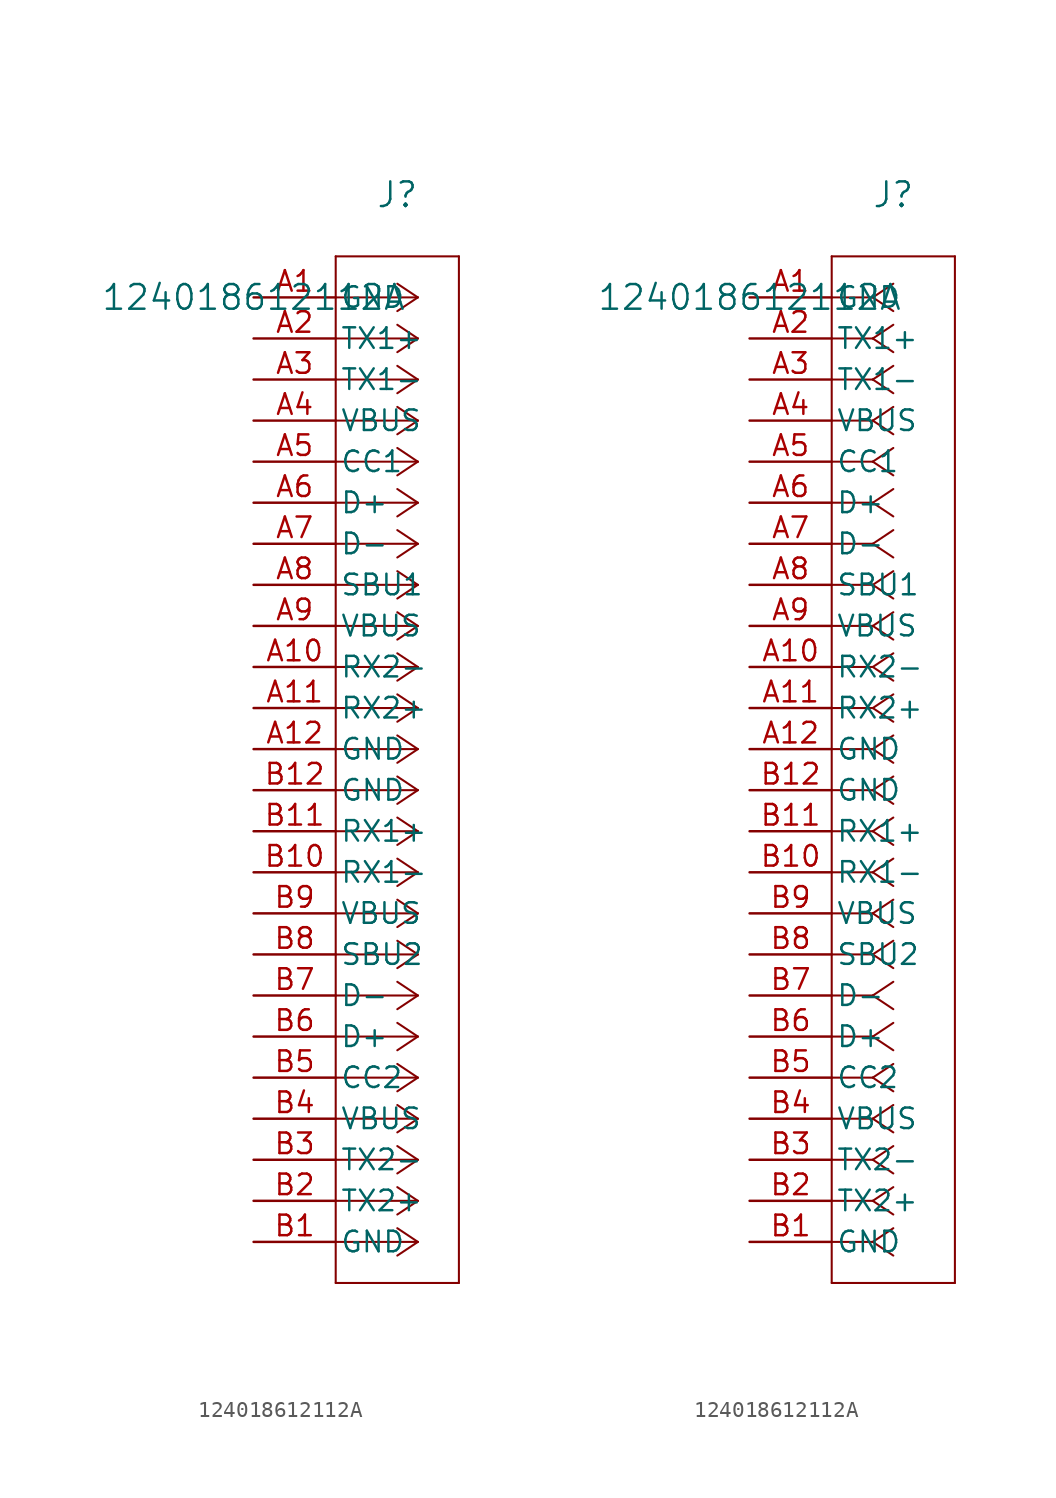
<source format=kicad_sym>
(kicad_symbol_lib
  (version 20211014)
  (generator kicad_symbol_editor)
  (symbol "124018612112A"
    (pin_names
      (offset 0.254))
    (property "Reference" "J"
      (at 8.89 6.35 0)
      (effects (font (size 1.524 1.524))))
    (property "Value" "124018612112A"
      (at 0 0 0)
      (effects (font (size 1.524 1.524))))
    (symbol "124018612112A_1_1"
      (polyline (pts (xy 10.16 0) (xy 5.08 0)) (stroke (width 0.127) (type default) (color 0 0 0 0)) (fill (type none)))
      (polyline (pts (xy 10.16 -2.54) (xy 5.08 -2.54)) (stroke (width 0.127) (type default) (color 0 0 0 0)) (fill (type none)))
      (polyline (pts (xy 10.16 -5.08) (xy 5.08 -5.08)) (stroke (width 0.127) (type default) (color 0 0 0 0)) (fill (type none)))
      (polyline (pts (xy 10.16 -7.62) (xy 5.08 -7.62)) (stroke (width 0.127) (type default) (color 0 0 0 0)) (fill (type none)))
      (polyline (pts (xy 10.16 -10.16) (xy 5.08 -10.16)) (stroke (width 0.127) (type default) (color 0 0 0 0)) (fill (type none)))
      (polyline (pts (xy 10.16 -12.7) (xy 5.08 -12.7)) (stroke (width 0.127) (type default) (color 0 0 0 0)) (fill (type none)))
      (polyline (pts (xy 10.16 -15.24) (xy 5.08 -15.24)) (stroke (width 0.127) (type default) (color 0 0 0 0)) (fill (type none)))
      (polyline (pts (xy 10.16 -17.78) (xy 5.08 -17.78)) (stroke (width 0.127) (type default) (color 0 0 0 0)) (fill (type none)))
      (polyline (pts (xy 10.16 -20.32) (xy 5.08 -20.32)) (stroke (width 0.127) (type default) (color 0 0 0 0)) (fill (type none)))
      (polyline (pts (xy 10.16 -22.86) (xy 5.08 -22.86)) (stroke (width 0.127) (type default) (color 0 0 0 0)) (fill (type none)))
      (polyline (pts (xy 10.16 -25.4) (xy 5.08 -25.4)) (stroke (width 0.127) (type default) (color 0 0 0 0)) (fill (type none)))
      (polyline (pts (xy 10.16 -27.94) (xy 5.08 -27.94)) (stroke (width 0.127) (type default) (color 0 0 0 0)) (fill (type none)))
      (polyline (pts (xy 10.16 -30.48) (xy 5.08 -30.48)) (stroke (width 0.127) (type default) (color 0 0 0 0)) (fill (type none)))
      (polyline (pts (xy 10.16 -33.02) (xy 5.08 -33.02)) (stroke (width 0.127) (type default) (color 0 0 0 0)) (fill (type none)))
      (polyline (pts (xy 10.16 -35.56) (xy 5.08 -35.56)) (stroke (width 0.127) (type default) (color 0 0 0 0)) (fill (type none)))
      (polyline (pts (xy 10.16 -38.1) (xy 5.08 -38.1)) (stroke (width 0.127) (type default) (color 0 0 0 0)) (fill (type none)))
      (polyline (pts (xy 10.16 -40.64) (xy 5.08 -40.64)) (stroke (width 0.127) (type default) (color 0 0 0 0)) (fill (type none)))
      (polyline (pts (xy 10.16 -43.18) (xy 5.08 -43.18)) (stroke (width 0.127) (type default) (color 0 0 0 0)) (fill (type none)))
      (polyline (pts (xy 10.16 -45.72) (xy 5.08 -45.72)) (stroke (width 0.127) (type default) (color 0 0 0 0)) (fill (type none)))
      (polyline (pts (xy 10.16 -48.26) (xy 5.08 -48.26)) (stroke (width 0.127) (type default) (color 0 0 0 0)) (fill (type none)))
      (polyline (pts (xy 10.16 -50.8) (xy 5.08 -50.8)) (stroke (width 0.127) (type default) (color 0 0 0 0)) (fill (type none)))
      (polyline (pts (xy 10.16 -53.34) (xy 5.08 -53.34)) (stroke (width 0.127) (type default) (color 0 0 0 0)) (fill (type none)))
      (polyline (pts (xy 10.16 -55.88) (xy 5.08 -55.88)) (stroke (width 0.127) (type default) (color 0 0 0 0)) (fill (type none)))
      (polyline (pts (xy 10.16 -58.42) (xy 5.08 -58.42)) (stroke (width 0.127) (type default) (color 0 0 0 0)) (fill (type none)))
      (polyline (pts (xy 10.16 0) (xy 8.89 0.847)) (stroke (width 0.127) (type default) (color 0 0 0 0)) (fill (type none)))
      (polyline (pts (xy 10.16 -2.54) (xy 8.89 -1.693)) (stroke (width 0.127) (type default) (color 0 0 0 0)) (fill (type none)))
      (polyline (pts (xy 10.16 -5.08) (xy 8.89 -4.233)) (stroke (width 0.127) (type default) (color 0 0 0 0)) (fill (type none)))
      (polyline (pts (xy 10.16 -7.62) (xy 8.89 -6.773)) (stroke (width 0.127) (type default) (color 0 0 0 0)) (fill (type none)))
      (polyline (pts (xy 10.16 -10.16) (xy 8.89 -9.313)) (stroke (width 0.127) (type default) (color 0 0 0 0)) (fill (type none)))
      (polyline (pts (xy 10.16 -12.7) (xy 8.89 -11.853)) (stroke (width 0.127) (type default) (color 0 0 0 0)) (fill (type none)))
      (polyline (pts (xy 10.16 -15.24) (xy 8.89 -14.393)) (stroke (width 0.127) (type default) (color 0 0 0 0)) (fill (type none)))
      (polyline (pts (xy 10.16 -17.78) (xy 8.89 -16.933)) (stroke (width 0.127) (type default) (color 0 0 0 0)) (fill (type none)))
      (polyline (pts (xy 10.16 -20.32) (xy 8.89 -19.473)) (stroke (width 0.127) (type default) (color 0 0 0 0)) (fill (type none)))
      (polyline (pts (xy 10.16 -22.86) (xy 8.89 -22.013)) (stroke (width 0.127) (type default) (color 0 0 0 0)) (fill (type none)))
      (polyline (pts (xy 10.16 -25.4) (xy 8.89 -24.553)) (stroke (width 0.127) (type default) (color 0 0 0 0)) (fill (type none)))
      (polyline (pts (xy 10.16 -27.94) (xy 8.89 -27.093)) (stroke (width 0.127) (type default) (color 0 0 0 0)) (fill (type none)))
      (polyline (pts (xy 10.16 -30.48) (xy 8.89 -29.633)) (stroke (width 0.127) (type default) (color 0 0 0 0)) (fill (type none)))
      (polyline (pts (xy 10.16 -33.02) (xy 8.89 -32.173)) (stroke (width 0.127) (type default) (color 0 0 0 0)) (fill (type none)))
      (polyline (pts (xy 10.16 -35.56) (xy 8.89 -34.713)) (stroke (width 0.127) (type default) (color 0 0 0 0)) (fill (type none)))
      (polyline (pts (xy 10.16 -38.1) (xy 8.89 -37.253)) (stroke (width 0.127) (type default) (color 0 0 0 0)) (fill (type none)))
      (polyline (pts (xy 10.16 -40.64) (xy 8.89 -39.793)) (stroke (width 0.127) (type default) (color 0 0 0 0)) (fill (type none)))
      (polyline (pts (xy 10.16 -43.18) (xy 8.89 -42.333)) (stroke (width 0.127) (type default) (color 0 0 0 0)) (fill (type none)))
      (polyline (pts (xy 10.16 -45.72) (xy 8.89 -44.873)) (stroke (width 0.127) (type default) (color 0 0 0 0)) (fill (type none)))
      (polyline (pts (xy 10.16 -48.26) (xy 8.89 -47.413)) (stroke (width 0.127) (type default) (color 0 0 0 0)) (fill (type none)))
      (polyline (pts (xy 10.16 -50.8) (xy 8.89 -49.953)) (stroke (width 0.127) (type default) (color 0 0 0 0)) (fill (type none)))
      (polyline (pts (xy 10.16 -53.34) (xy 8.89 -52.493)) (stroke (width 0.127) (type default) (color 0 0 0 0)) (fill (type none)))
      (polyline (pts (xy 10.16 -55.88) (xy 8.89 -55.033)) (stroke (width 0.127) (type default) (color 0 0 0 0)) (fill (type none)))
      (polyline (pts (xy 10.16 -58.42) (xy 8.89 -57.573)) (stroke (width 0.127) (type default) (color 0 0 0 0)) (fill (type none)))
      (polyline (pts (xy 10.16 0) (xy 8.89 -0.847)) (stroke (width 0.127) (type default) (color 0 0 0 0)) (fill (type none)))
      (polyline (pts (xy 10.16 -2.54) (xy 8.89 -3.387)) (stroke (width 0.127) (type default) (color 0 0 0 0)) (fill (type none)))
      (polyline (pts (xy 10.16 -5.08) (xy 8.89 -5.927)) (stroke (width 0.127) (type default) (color 0 0 0 0)) (fill (type none)))
      (polyline (pts (xy 10.16 -7.62) (xy 8.89 -8.467)) (stroke (width 0.127) (type default) (color 0 0 0 0)) (fill (type none)))
      (polyline (pts (xy 10.16 -10.16) (xy 8.89 -11.007)) (stroke (width 0.127) (type default) (color 0 0 0 0)) (fill (type none)))
      (polyline (pts (xy 10.16 -12.7) (xy 8.89 -13.547)) (stroke (width 0.127) (type default) (color 0 0 0 0)) (fill (type none)))
      (polyline (pts (xy 10.16 -15.24) (xy 8.89 -16.087)) (stroke (width 0.127) (type default) (color 0 0 0 0)) (fill (type none)))
      (polyline (pts (xy 10.16 -17.78) (xy 8.89 -18.627)) (stroke (width 0.127) (type default) (color 0 0 0 0)) (fill (type none)))
      (polyline (pts (xy 10.16 -20.32) (xy 8.89 -21.167)) (stroke (width 0.127) (type default) (color 0 0 0 0)) (fill (type none)))
      (polyline (pts (xy 10.16 -22.86) (xy 8.89 -23.707)) (stroke (width 0.127) (type default) (color 0 0 0 0)) (fill (type none)))
      (polyline (pts (xy 10.16 -25.4) (xy 8.89 -26.247)) (stroke (width 0.127) (type default) (color 0 0 0 0)) (fill (type none)))
      (polyline (pts (xy 10.16 -27.94) (xy 8.89 -28.787)) (stroke (width 0.127) (type default) (color 0 0 0 0)) (fill (type none)))
      (polyline (pts (xy 10.16 -30.48) (xy 8.89 -31.327)) (stroke (width 0.127) (type default) (color 0 0 0 0)) (fill (type none)))
      (polyline (pts (xy 10.16 -33.02) (xy 8.89 -33.867)) (stroke (width 0.127) (type default) (color 0 0 0 0)) (fill (type none)))
      (polyline (pts (xy 10.16 -35.56) (xy 8.89 -36.407)) (stroke (width 0.127) (type default) (color 0 0 0 0)) (fill (type none)))
      (polyline (pts (xy 10.16 -38.1) (xy 8.89 -38.947)) (stroke (width 0.127) (type default) (color 0 0 0 0)) (fill (type none)))
      (polyline (pts (xy 10.16 -40.64) (xy 8.89 -41.487)) (stroke (width 0.127) (type default) (color 0 0 0 0)) (fill (type none)))
      (polyline (pts (xy 10.16 -43.18) (xy 8.89 -44.027)) (stroke (width 0.127) (type default) (color 0 0 0 0)) (fill (type none)))
      (polyline (pts (xy 10.16 -45.72) (xy 8.89 -46.567)) (stroke (width 0.127) (type default) (color 0 0 0 0)) (fill (type none)))
      (polyline (pts (xy 10.16 -48.26) (xy 8.89 -49.107)) (stroke (width 0.127) (type default) (color 0 0 0 0)) (fill (type none)))
      (polyline (pts (xy 10.16 -50.8) (xy 8.89 -51.647)) (stroke (width 0.127) (type default) (color 0 0 0 0)) (fill (type none)))
      (polyline (pts (xy 10.16 -53.34) (xy 8.89 -54.187)) (stroke (width 0.127) (type default) (color 0 0 0 0)) (fill (type none)))
      (polyline (pts (xy 10.16 -55.88) (xy 8.89 -56.727)) (stroke (width 0.127) (type default) (color 0 0 0 0)) (fill (type none)))
      (polyline (pts (xy 10.16 -58.42) (xy 8.89 -59.267)) (stroke (width 0.127) (type default) (color 0 0 0 0)) (fill (type none)))
      (polyline (pts (xy 5.08 2.54) (xy 5.08 -60.96)) (stroke (width 0.127) (type default) (color 0 0 0 0)) (fill (type none)))
      (polyline (pts (xy 5.08 -60.96) (xy 12.7 -60.96)) (stroke (width 0.127) (type default) (color 0 0 0 0)) (fill (type none)))
      (polyline (pts (xy 12.7 -60.96) (xy 12.7 2.54)) (stroke (width 0.127) (type default) (color 0 0 0 0)) (fill (type none)))
      (polyline (pts (xy 12.7 2.54) (xy 5.08 2.54)) (stroke (width 0.127) (type default) (color 0 0 0 0)) (fill (type none)))
      (pin unspecified line (at 0 0 0) (length 5.08) (name "GND" (effects (font (size 1.27 1.27)))) (number "A1" (effects (font (size 1.27 1.27)))))
      (pin unspecified line (at 0 -2.54 0) (length 5.08) (name "TX1+" (effects (font (size 1.27 1.27)))) (number "A2" (effects (font (size 1.27 1.27)))))
      (pin unspecified line (at 0 -5.08 0) (length 5.08) (name "TX1-" (effects (font (size 1.27 1.27)))) (number "A3" (effects (font (size 1.27 1.27)))))
      (pin unspecified line (at 0 -7.62 0) (length 5.08) (name "VBUS" (effects (font (size 1.27 1.27)))) (number "A4" (effects (font (size 1.27 1.27)))))
      (pin unspecified line (at 0 -10.16 0) (length 5.08) (name "CC1" (effects (font (size 1.27 1.27)))) (number "A5" (effects (font (size 1.27 1.27)))))
      (pin unspecified line (at 0 -12.7 0) (length 5.08) (name "D+" (effects (font (size 1.27 1.27)))) (number "A6" (effects (font (size 1.27 1.27)))))
      (pin unspecified line (at 0 -15.24 0) (length 5.08) (name "D-" (effects (font (size 1.27 1.27)))) (number "A7" (effects (font (size 1.27 1.27)))))
      (pin unspecified line (at 0 -17.78 0) (length 5.08) (name "SBU1" (effects (font (size 1.27 1.27)))) (number "A8" (effects (font (size 1.27 1.27)))))
      (pin unspecified line (at 0 -20.32 0) (length 5.08) (name "VBUS" (effects (font (size 1.27 1.27)))) (number "A9" (effects (font (size 1.27 1.27)))))
      (pin unspecified line (at 0 -22.86 0) (length 5.08) (name "RX2-" (effects (font (size 1.27 1.27)))) (number "A10" (effects (font (size 1.27 1.27)))))
      (pin unspecified line (at 0 -25.4 0) (length 5.08) (name "RX2+" (effects (font (size 1.27 1.27)))) (number "A11" (effects (font (size 1.27 1.27)))))
      (pin unspecified line (at 0 -27.94 0) (length 5.08) (name "GND" (effects (font (size 1.27 1.27)))) (number "A12" (effects (font (size 1.27 1.27)))))
      (pin unspecified line (at 0 -30.48 0) (length 5.08) (name "GND" (effects (font (size 1.27 1.27)))) (number "B12" (effects (font (size 1.27 1.27)))))
      (pin unspecified line (at 0 -33.02 0) (length 5.08) (name "RX1+" (effects (font (size 1.27 1.27)))) (number "B11" (effects (font (size 1.27 1.27)))))
      (pin unspecified line (at 0 -35.56 0) (length 5.08) (name "RX1-" (effects (font (size 1.27 1.27)))) (number "B10" (effects (font (size 1.27 1.27)))))
      (pin unspecified line (at 0 -38.1 0) (length 5.08) (name "VBUS" (effects (font (size 1.27 1.27)))) (number "B9" (effects (font (size 1.27 1.27)))))
      (pin unspecified line (at 0 -40.64 0) (length 5.08) (name "SBU2" (effects (font (size 1.27 1.27)))) (number "B8" (effects (font (size 1.27 1.27)))))
      (pin unspecified line (at 0 -43.18 0) (length 5.08) (name "D-" (effects (font (size 1.27 1.27)))) (number "B7" (effects (font (size 1.27 1.27)))))
      (pin unspecified line (at 0 -45.72 0) (length 5.08) (name "D+" (effects (font (size 1.27 1.27)))) (number "B6" (effects (font (size 1.27 1.27)))))
      (pin unspecified line (at 0 -48.26 0) (length 5.08) (name "CC2" (effects (font (size 1.27 1.27)))) (number "B5" (effects (font (size 1.27 1.27)))))
      (pin unspecified line (at 0 -50.8 0) (length 5.08) (name "VBUS" (effects (font (size 1.27 1.27)))) (number "B4" (effects (font (size 1.27 1.27)))))
      (pin unspecified line (at 0 -53.34 0) (length 5.08) (name "TX2-" (effects (font (size 1.27 1.27)))) (number "B3" (effects (font (size 1.27 1.27)))))
      (pin unspecified line (at 0 -55.88 0) (length 5.08) (name "TX2+" (effects (font (size 1.27 1.27)))) (number "B2" (effects (font (size 1.27 1.27)))))
      (pin unspecified line (at 0 -58.42 0) (length 5.08) (name "GND" (effects (font (size 1.27 1.27)))) (number "B1" (effects (font (size 1.27 1.27))))))
    (symbol "124018612112A_1_2"
      (polyline (pts (xy 7.62 0) (xy 5.08 0)) (stroke (width 0.127) (type default) (color 0 0 0 0)) (fill (type none)))
      (polyline (pts (xy 7.62 -2.54) (xy 5.08 -2.54)) (stroke (width 0.127) (type default) (color 0 0 0 0)) (fill (type none)))
      (polyline (pts (xy 7.62 -5.08) (xy 5.08 -5.08)) (stroke (width 0.127) (type default) (color 0 0 0 0)) (fill (type none)))
      (polyline (pts (xy 7.62 -7.62) (xy 5.08 -7.62)) (stroke (width 0.127) (type default) (color 0 0 0 0)) (fill (type none)))
      (polyline (pts (xy 7.62 -10.16) (xy 5.08 -10.16)) (stroke (width 0.127) (type default) (color 0 0 0 0)) (fill (type none)))
      (polyline (pts (xy 7.62 -12.7) (xy 5.08 -12.7)) (stroke (width 0.127) (type default) (color 0 0 0 0)) (fill (type none)))
      (polyline (pts (xy 7.62 -15.24) (xy 5.08 -15.24)) (stroke (width 0.127) (type default) (color 0 0 0 0)) (fill (type none)))
      (polyline (pts (xy 7.62 -17.78) (xy 5.08 -17.78)) (stroke (width 0.127) (type default) (color 0 0 0 0)) (fill (type none)))
      (polyline (pts (xy 7.62 -20.32) (xy 5.08 -20.32)) (stroke (width 0.127) (type default) (color 0 0 0 0)) (fill (type none)))
      (polyline (pts (xy 7.62 -22.86) (xy 5.08 -22.86)) (stroke (width 0.127) (type default) (color 0 0 0 0)) (fill (type none)))
      (polyline (pts (xy 7.62 -25.4) (xy 5.08 -25.4)) (stroke (width 0.127) (type default) (color 0 0 0 0)) (fill (type none)))
      (polyline (pts (xy 7.62 -27.94) (xy 5.08 -27.94)) (stroke (width 0.127) (type default) (color 0 0 0 0)) (fill (type none)))
      (polyline (pts (xy 7.62 -30.48) (xy 5.08 -30.48)) (stroke (width 0.127) (type default) (color 0 0 0 0)) (fill (type none)))
      (polyline (pts (xy 7.62 -33.02) (xy 5.08 -33.02)) (stroke (width 0.127) (type default) (color 0 0 0 0)) (fill (type none)))
      (polyline (pts (xy 7.62 -35.56) (xy 5.08 -35.56)) (stroke (width 0.127) (type default) (color 0 0 0 0)) (fill (type none)))
      (polyline (pts (xy 7.62 -38.1) (xy 5.08 -38.1)) (stroke (width 0.127) (type default) (color 0 0 0 0)) (fill (type none)))
      (polyline (pts (xy 7.62 -40.64) (xy 5.08 -40.64)) (stroke (width 0.127) (type default) (color 0 0 0 0)) (fill (type none)))
      (polyline (pts (xy 7.62 -43.18) (xy 5.08 -43.18)) (stroke (width 0.127) (type default) (color 0 0 0 0)) (fill (type none)))
      (polyline (pts (xy 7.62 -45.72) (xy 5.08 -45.72)) (stroke (width 0.127) (type default) (color 0 0 0 0)) (fill (type none)))
      (polyline (pts (xy 7.62 -48.26) (xy 5.08 -48.26)) (stroke (width 0.127) (type default) (color 0 0 0 0)) (fill (type none)))
      (polyline (pts (xy 7.62 -50.8) (xy 5.08 -50.8)) (stroke (width 0.127) (type default) (color 0 0 0 0)) (fill (type none)))
      (polyline (pts (xy 7.62 -53.34) (xy 5.08 -53.34)) (stroke (width 0.127) (type default) (color 0 0 0 0)) (fill (type none)))
      (polyline (pts (xy 7.62 -55.88) (xy 5.08 -55.88)) (stroke (width 0.127) (type default) (color 0 0 0 0)) (fill (type none)))
      (polyline (pts (xy 7.62 -58.42) (xy 5.08 -58.42)) (stroke (width 0.127) (type default) (color 0 0 0 0)) (fill (type none)))
      (polyline (pts (xy 7.62 0) (xy 8.89 0.847)) (stroke (width 0.127) (type default) (color 0 0 0 0)) (fill (type none)))
      (polyline (pts (xy 7.62 -2.54) (xy 8.89 -1.693)) (stroke (width 0.127) (type default) (color 0 0 0 0)) (fill (type none)))
      (polyline (pts (xy 7.62 -5.08) (xy 8.89 -4.233)) (stroke (width 0.127) (type default) (color 0 0 0 0)) (fill (type none)))
      (polyline (pts (xy 7.62 -7.62) (xy 8.89 -6.773)) (stroke (width 0.127) (type default) (color 0 0 0 0)) (fill (type none)))
      (polyline (pts (xy 7.62 -10.16) (xy 8.89 -9.313)) (stroke (width 0.127) (type default) (color 0 0 0 0)) (fill (type none)))
      (polyline (pts (xy 7.62 -12.7) (xy 8.89 -11.853)) (stroke (width 0.127) (type default) (color 0 0 0 0)) (fill (type none)))
      (polyline (pts (xy 7.62 -15.24) (xy 8.89 -14.393)) (stroke (width 0.127) (type default) (color 0 0 0 0)) (fill (type none)))
      (polyline (pts (xy 7.62 -17.78) (xy 8.89 -16.933)) (stroke (width 0.127) (type default) (color 0 0 0 0)) (fill (type none)))
      (polyline (pts (xy 7.62 -20.32) (xy 8.89 -19.473)) (stroke (width 0.127) (type default) (color 0 0 0 0)) (fill (type none)))
      (polyline (pts (xy 7.62 -22.86) (xy 8.89 -22.013)) (stroke (width 0.127) (type default) (color 0 0 0 0)) (fill (type none)))
      (polyline (pts (xy 7.62 -25.4) (xy 8.89 -24.553)) (stroke (width 0.127) (type default) (color 0 0 0 0)) (fill (type none)))
      (polyline (pts (xy 7.62 -27.94) (xy 8.89 -27.093)) (stroke (width 0.127) (type default) (color 0 0 0 0)) (fill (type none)))
      (polyline (pts (xy 7.62 -30.48) (xy 8.89 -29.633)) (stroke (width 0.127) (type default) (color 0 0 0 0)) (fill (type none)))
      (polyline (pts (xy 7.62 -33.02) (xy 8.89 -32.173)) (stroke (width 0.127) (type default) (color 0 0 0 0)) (fill (type none)))
      (polyline (pts (xy 7.62 -35.56) (xy 8.89 -34.713)) (stroke (width 0.127) (type default) (color 0 0 0 0)) (fill (type none)))
      (polyline (pts (xy 7.62 -38.1) (xy 8.89 -37.253)) (stroke (width 0.127) (type default) (color 0 0 0 0)) (fill (type none)))
      (polyline (pts (xy 7.62 -40.64) (xy 8.89 -39.793)) (stroke (width 0.127) (type default) (color 0 0 0 0)) (fill (type none)))
      (polyline (pts (xy 7.62 -43.18) (xy 8.89 -42.333)) (stroke (width 0.127) (type default) (color 0 0 0 0)) (fill (type none)))
      (polyline (pts (xy 7.62 -45.72) (xy 8.89 -44.873)) (stroke (width 0.127) (type default) (color 0 0 0 0)) (fill (type none)))
      (polyline (pts (xy 7.62 -48.26) (xy 8.89 -47.413)) (stroke (width 0.127) (type default) (color 0 0 0 0)) (fill (type none)))
      (polyline (pts (xy 7.62 -50.8) (xy 8.89 -49.953)) (stroke (width 0.127) (type default) (color 0 0 0 0)) (fill (type none)))
      (polyline (pts (xy 7.62 -53.34) (xy 8.89 -52.493)) (stroke (width 0.127) (type default) (color 0 0 0 0)) (fill (type none)))
      (polyline (pts (xy 7.62 -55.88) (xy 8.89 -55.033)) (stroke (width 0.127) (type default) (color 0 0 0 0)) (fill (type none)))
      (polyline (pts (xy 7.62 -58.42) (xy 8.89 -57.573)) (stroke (width 0.127) (type default) (color 0 0 0 0)) (fill (type none)))
      (polyline (pts (xy 7.62 0) (xy 8.89 -0.847)) (stroke (width 0.127) (type default) (color 0 0 0 0)) (fill (type none)))
      (polyline (pts (xy 7.62 -2.54) (xy 8.89 -3.387)) (stroke (width 0.127) (type default) (color 0 0 0 0)) (fill (type none)))
      (polyline (pts (xy 7.62 -5.08) (xy 8.89 -5.927)) (stroke (width 0.127) (type default) (color 0 0 0 0)) (fill (type none)))
      (polyline (pts (xy 7.62 -7.62) (xy 8.89 -8.467)) (stroke (width 0.127) (type default) (color 0 0 0 0)) (fill (type none)))
      (polyline (pts (xy 7.62 -10.16) (xy 8.89 -11.007)) (stroke (width 0.127) (type default) (color 0 0 0 0)) (fill (type none)))
      (polyline (pts (xy 7.62 -12.7) (xy 8.89 -13.547)) (stroke (width 0.127) (type default) (color 0 0 0 0)) (fill (type none)))
      (polyline (pts (xy 7.62 -15.24) (xy 8.89 -16.087)) (stroke (width 0.127) (type default) (color 0 0 0 0)) (fill (type none)))
      (polyline (pts (xy 7.62 -17.78) (xy 8.89 -18.627)) (stroke (width 0.127) (type default) (color 0 0 0 0)) (fill (type none)))
      (polyline (pts (xy 7.62 -20.32) (xy 8.89 -21.167)) (stroke (width 0.127) (type default) (color 0 0 0 0)) (fill (type none)))
      (polyline (pts (xy 7.62 -22.86) (xy 8.89 -23.707)) (stroke (width 0.127) (type default) (color 0 0 0 0)) (fill (type none)))
      (polyline (pts (xy 7.62 -25.4) (xy 8.89 -26.247)) (stroke (width 0.127) (type default) (color 0 0 0 0)) (fill (type none)))
      (polyline (pts (xy 7.62 -27.94) (xy 8.89 -28.787)) (stroke (width 0.127) (type default) (color 0 0 0 0)) (fill (type none)))
      (polyline (pts (xy 7.62 -30.48) (xy 8.89 -31.327)) (stroke (width 0.127) (type default) (color 0 0 0 0)) (fill (type none)))
      (polyline (pts (xy 7.62 -33.02) (xy 8.89 -33.867)) (stroke (width 0.127) (type default) (color 0 0 0 0)) (fill (type none)))
      (polyline (pts (xy 7.62 -35.56) (xy 8.89 -36.407)) (stroke (width 0.127) (type default) (color 0 0 0 0)) (fill (type none)))
      (polyline (pts (xy 7.62 -38.1) (xy 8.89 -38.947)) (stroke (width 0.127) (type default) (color 0 0 0 0)) (fill (type none)))
      (polyline (pts (xy 7.62 -40.64) (xy 8.89 -41.487)) (stroke (width 0.127) (type default) (color 0 0 0 0)) (fill (type none)))
      (polyline (pts (xy 7.62 -43.18) (xy 8.89 -44.027)) (stroke (width 0.127) (type default) (color 0 0 0 0)) (fill (type none)))
      (polyline (pts (xy 7.62 -45.72) (xy 8.89 -46.567)) (stroke (width 0.127) (type default) (color 0 0 0 0)) (fill (type none)))
      (polyline (pts (xy 7.62 -48.26) (xy 8.89 -49.107)) (stroke (width 0.127) (type default) (color 0 0 0 0)) (fill (type none)))
      (polyline (pts (xy 7.62 -50.8) (xy 8.89 -51.647)) (stroke (width 0.127) (type default) (color 0 0 0 0)) (fill (type none)))
      (polyline (pts (xy 7.62 -53.34) (xy 8.89 -54.187)) (stroke (width 0.127) (type default) (color 0 0 0 0)) (fill (type none)))
      (polyline (pts (xy 7.62 -55.88) (xy 8.89 -56.727)) (stroke (width 0.127) (type default) (color 0 0 0 0)) (fill (type none)))
      (polyline (pts (xy 7.62 -58.42) (xy 8.89 -59.267)) (stroke (width 0.127) (type default) (color 0 0 0 0)) (fill (type none)))
      (polyline (pts (xy 5.08 2.54) (xy 5.08 -60.96)) (stroke (width 0.127) (type default) (color 0 0 0 0)) (fill (type none)))
      (polyline (pts (xy 5.08 -60.96) (xy 12.7 -60.96)) (stroke (width 0.127) (type default) (color 0 0 0 0)) (fill (type none)))
      (polyline (pts (xy 12.7 -60.96) (xy 12.7 2.54)) (stroke (width 0.127) (type default) (color 0 0 0 0)) (fill (type none)))
      (polyline (pts (xy 12.7 2.54) (xy 5.08 2.54)) (stroke (width 0.127) (type default) (color 0 0 0 0)) (fill (type none)))
      (pin unspecified line (at 0 0 0) (length 5.08) (name "GND" (effects (font (size 1.27 1.27)))) (number "A1" (effects (font (size 1.27 1.27)))))
      (pin unspecified line (at 0 -2.54 0) (length 5.08) (name "TX1+" (effects (font (size 1.27 1.27)))) (number "A2" (effects (font (size 1.27 1.27)))))
      (pin unspecified line (at 0 -5.08 0) (length 5.08) (name "TX1-" (effects (font (size 1.27 1.27)))) (number "A3" (effects (font (size 1.27 1.27)))))
      (pin unspecified line (at 0 -7.62 0) (length 5.08) (name "VBUS" (effects (font (size 1.27 1.27)))) (number "A4" (effects (font (size 1.27 1.27)))))
      (pin unspecified line (at 0 -10.16 0) (length 5.08) (name "CC1" (effects (font (size 1.27 1.27)))) (number "A5" (effects (font (size 1.27 1.27)))))
      (pin unspecified line (at 0 -12.7 0) (length 5.08) (name "D+" (effects (font (size 1.27 1.27)))) (number "A6" (effects (font (size 1.27 1.27)))))
      (pin unspecified line (at 0 -15.24 0) (length 5.08) (name "D-" (effects (font (size 1.27 1.27)))) (number "A7" (effects (font (size 1.27 1.27)))))
      (pin unspecified line (at 0 -17.78 0) (length 5.08) (name "SBU1" (effects (font (size 1.27 1.27)))) (number "A8" (effects (font (size 1.27 1.27)))))
      (pin unspecified line (at 0 -20.32 0) (length 5.08) (name "VBUS" (effects (font (size 1.27 1.27)))) (number "A9" (effects (font (size 1.27 1.27)))))
      (pin unspecified line (at 0 -22.86 0) (length 5.08) (name "RX2-" (effects (font (size 1.27 1.27)))) (number "A10" (effects (font (size 1.27 1.27)))))
      (pin unspecified line (at 0 -25.4 0) (length 5.08) (name "RX2+" (effects (font (size 1.27 1.27)))) (number "A11" (effects (font (size 1.27 1.27)))))
      (pin unspecified line (at 0 -27.94 0) (length 5.08) (name "GND" (effects (font (size 1.27 1.27)))) (number "A12" (effects (font (size 1.27 1.27)))))
      (pin unspecified line (at 0 -30.48 0) (length 5.08) (name "GND" (effects (font (size 1.27 1.27)))) (number "B12" (effects (font (size 1.27 1.27)))))
      (pin unspecified line (at 0 -33.02 0) (length 5.08) (name "RX1+" (effects (font (size 1.27 1.27)))) (number "B11" (effects (font (size 1.27 1.27)))))
      (pin unspecified line (at 0 -35.56 0) (length 5.08) (name "RX1-" (effects (font (size 1.27 1.27)))) (number "B10" (effects (font (size 1.27 1.27)))))
      (pin unspecified line (at 0 -38.1 0) (length 5.08) (name "VBUS" (effects (font (size 1.27 1.27)))) (number "B9" (effects (font (size 1.27 1.27)))))
      (pin unspecified line (at 0 -40.64 0) (length 5.08) (name "SBU2" (effects (font (size 1.27 1.27)))) (number "B8" (effects (font (size 1.27 1.27)))))
      (pin unspecified line (at 0 -43.18 0) (length 5.08) (name "D-" (effects (font (size 1.27 1.27)))) (number "B7" (effects (font (size 1.27 1.27)))))
      (pin unspecified line (at 0 -45.72 0) (length 5.08) (name "D+" (effects (font (size 1.27 1.27)))) (number "B6" (effects (font (size 1.27 1.27)))))
      (pin unspecified line (at 0 -48.26 0) (length 5.08) (name "CC2" (effects (font (size 1.27 1.27)))) (number "B5" (effects (font (size 1.27 1.27)))))
      (pin unspecified line (at 0 -50.8 0) (length 5.08) (name "VBUS" (effects (font (size 1.27 1.27)))) (number "B4" (effects (font (size 1.27 1.27)))))
      (pin unspecified line (at 0 -53.34 0) (length 5.08) (name "TX2-" (effects (font (size 1.27 1.27)))) (number "B3" (effects (font (size 1.27 1.27)))))
      (pin unspecified line (at 0 -55.88 0) (length 5.08) (name "TX2+" (effects (font (size 1.27 1.27)))) (number "B2" (effects (font (size 1.27 1.27)))))
      (pin unspecified line (at 0 -58.42 0) (length 5.08) (name "GND" (effects (font (size 1.27 1.27)))) (number "B1" (effects (font (size 1.27 1.27))))))))
</source>
